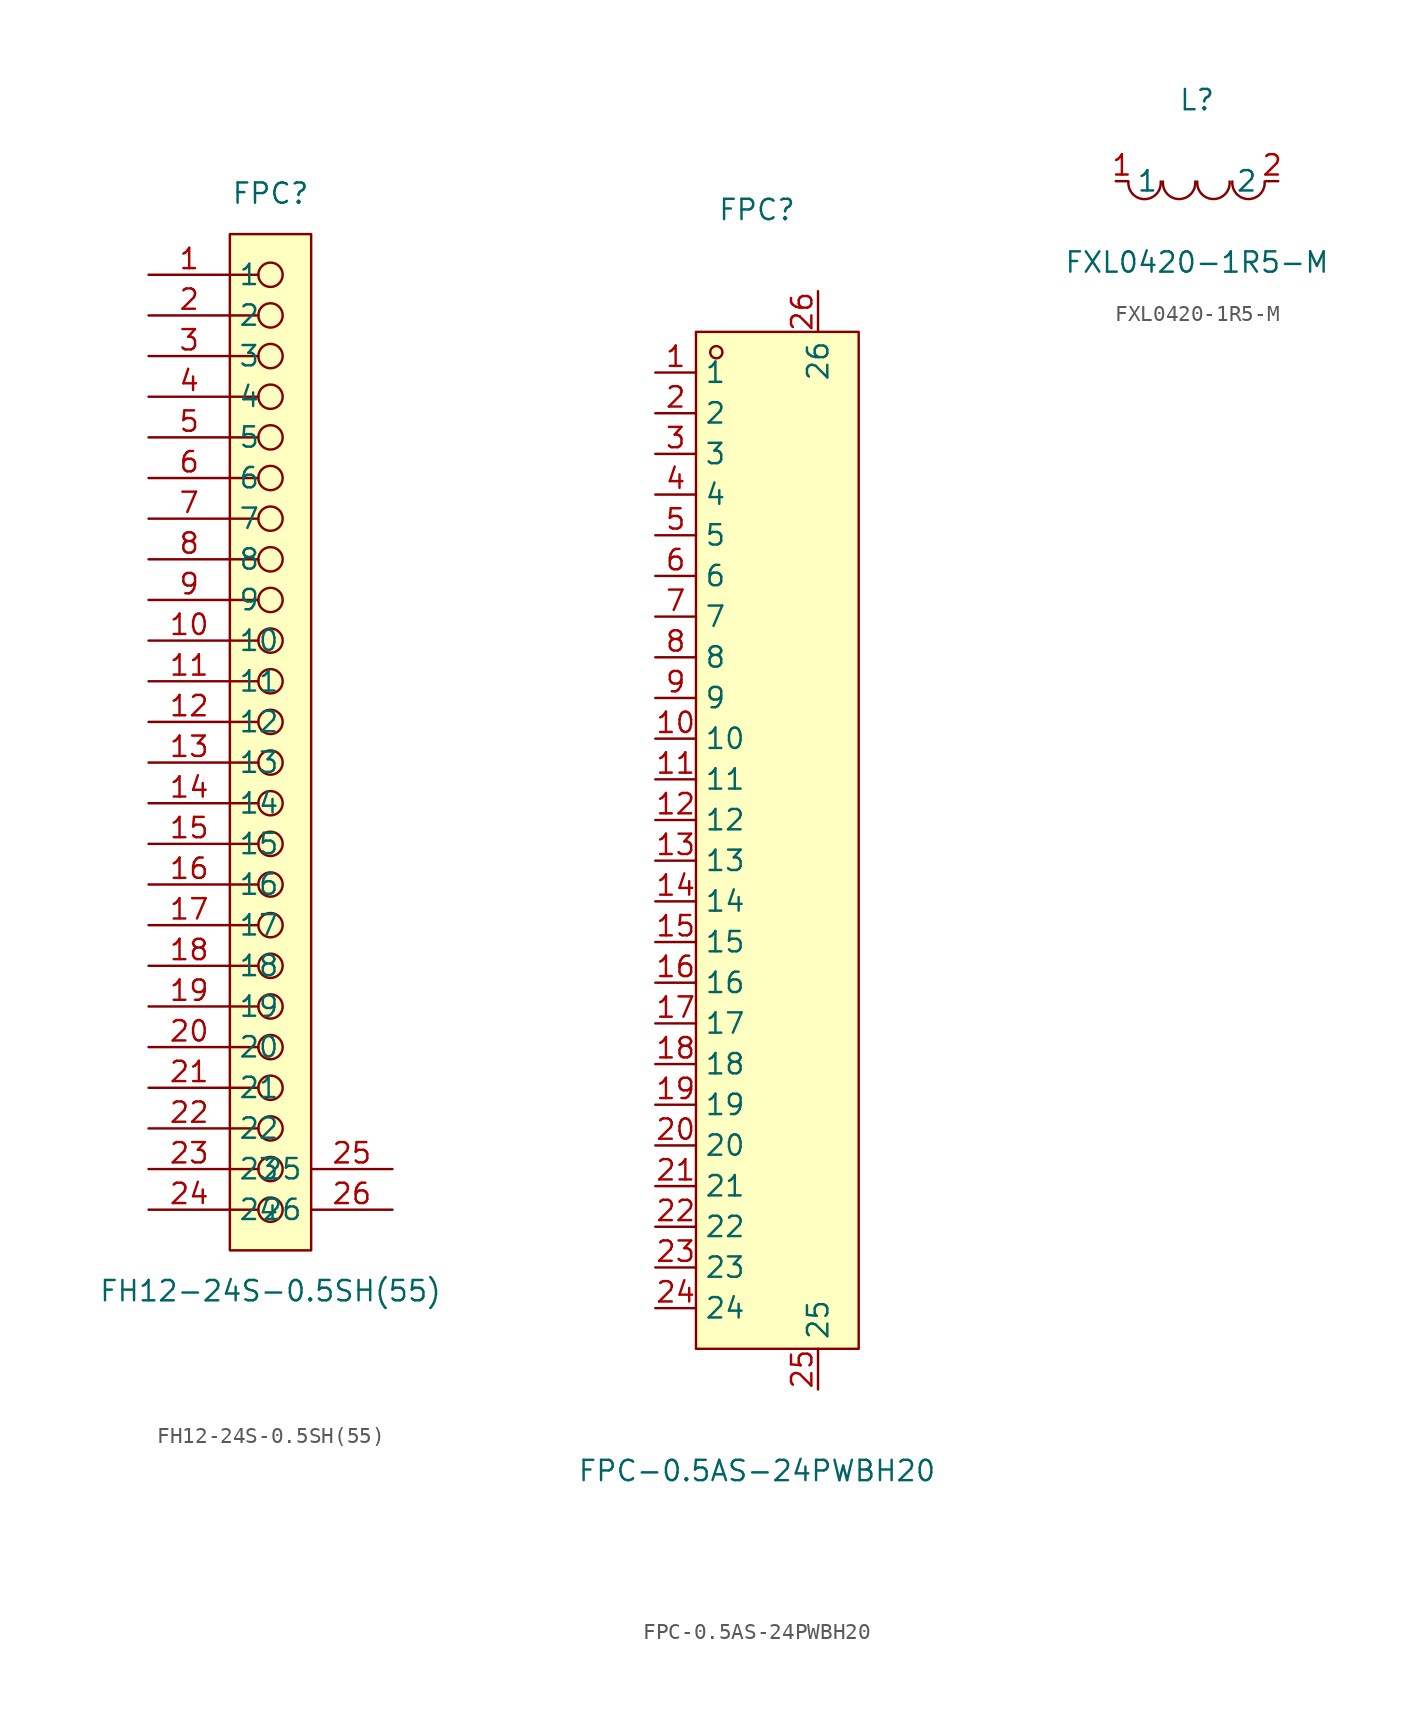
<source format=kicad_sym>
(kicad_symbol_lib
  (version 20241209)
  (generator "kicad_symbol_editor")
  (generator_version "9.0")
  (symbol "FH12-24S-0.5SH(55)"
    (property "Reference" "FPC"
      (at 0 34.29 0)
      (effects (font (size 1.27 1.27))))
    (property "Value" "FH12-24S-0.5SH(55)"
      (at 0 -34.29 0)
      (effects (font (size 1.27 1.27))))
    (symbol "FH12-24S-0.5SH(55)_0_1"
      (polyline (pts (xy -2.54 31.75) (xy 2.54 31.75) (xy 2.54 -31.75) (xy 0 -31.75) (xy -2.54 -31.75) (xy -2.54 31.75)) (stroke (width 0) (type default)) (fill (type background)))
      (polyline (pts (xy -2.54 29.21) (xy -0.76 29.21)) (stroke (width 0) (type default)) (fill (type none)))
      (polyline (pts (xy -2.54 26.67) (xy -0.76 26.67)) (stroke (width 0) (type default)) (fill (type none)))
      (polyline (pts (xy -2.54 24.13) (xy -0.76 24.13)) (stroke (width 0) (type default)) (fill (type none)))
      (polyline (pts (xy -2.54 21.59) (xy -0.76 21.59)) (stroke (width 0) (type default)) (fill (type none)))
      (polyline (pts (xy -2.54 19.05) (xy -0.76 19.05)) (stroke (width 0) (type default)) (fill (type none)))
      (polyline (pts (xy -2.54 16.51) (xy -0.76 16.51)) (stroke (width 0) (type default)) (fill (type none)))
      (polyline (pts (xy -2.54 13.97) (xy -0.76 13.97)) (stroke (width 0) (type default)) (fill (type none)))
      (polyline (pts (xy -2.54 11.43) (xy -0.76 11.43)) (stroke (width 0) (type default)) (fill (type none)))
      (polyline (pts (xy -2.54 8.89) (xy -0.76 8.89)) (stroke (width 0) (type default)) (fill (type none)))
      (polyline (pts (xy -2.54 6.35) (xy -0.76 6.35)) (stroke (width 0) (type default)) (fill (type none)))
      (polyline (pts (xy -2.54 3.81) (xy -0.76 3.81)) (stroke (width 0) (type default)) (fill (type none)))
      (polyline (pts (xy -2.54 1.27) (xy -0.76 1.27)) (stroke (width 0) (type default)) (fill (type none)))
      (polyline (pts (xy -2.54 -1.27) (xy -0.76 -1.27)) (stroke (width 0) (type default)) (fill (type none)))
      (polyline (pts (xy -2.54 -3.81) (xy -0.76 -3.81)) (stroke (width 0) (type default)) (fill (type none)))
      (polyline (pts (xy -2.54 -6.35) (xy -0.76 -6.35)) (stroke (width 0) (type default)) (fill (type none)))
      (polyline (pts (xy -2.54 -8.89) (xy -0.76 -8.89)) (stroke (width 0) (type default)) (fill (type none)))
      (polyline (pts (xy -2.54 -11.43) (xy -0.76 -11.43)) (stroke (width 0) (type default)) (fill (type none)))
      (polyline (pts (xy -2.54 -13.97) (xy -0.76 -13.97)) (stroke (width 0) (type default)) (fill (type none)))
      (polyline (pts (xy -2.54 -16.51) (xy -0.76 -16.51)) (stroke (width 0) (type default)) (fill (type none)))
      (polyline (pts (xy -2.54 -19.05) (xy -0.76 -19.05)) (stroke (width 0) (type default)) (fill (type none)))
      (polyline (pts (xy -2.54 -21.59) (xy -0.76 -21.59)) (stroke (width 0) (type default)) (fill (type none)))
      (polyline (pts (xy -2.54 -24.13) (xy -0.76 -24.13)) (stroke (width 0) (type default)) (fill (type none)))
      (polyline (pts (xy -2.54 -26.67) (xy -0.76 -26.67)) (stroke (width 0) (type default)) (fill (type none)))
      (polyline (pts (xy -2.54 -29.21) (xy -0.76 -29.21)) (stroke (width 0) (type default)) (fill (type none)))
      (circle (center 0 29.21) (radius 0.76) (stroke (width 0) (type default)) (fill (type none)))
      (circle (center 0 26.67) (radius 0.76) (stroke (width 0) (type default)) (fill (type none)))
      (circle (center 0 24.13) (radius 0.76) (stroke (width 0) (type default)) (fill (type none)))
      (circle (center 0 21.59) (radius 0.76) (stroke (width 0) (type default)) (fill (type none)))
      (circle (center 0 19.05) (radius 0.76) (stroke (width 0) (type default)) (fill (type none)))
      (circle (center 0 16.51) (radius 0.76) (stroke (width 0) (type default)) (fill (type none)))
      (circle (center 0 13.97) (radius 0.76) (stroke (width 0) (type default)) (fill (type none)))
      (circle (center 0 11.43) (radius 0.76) (stroke (width 0) (type default)) (fill (type none)))
      (circle (center 0 8.89) (radius 0.76) (stroke (width 0) (type default)) (fill (type none)))
      (circle (center 0 6.35) (radius 0.76) (stroke (width 0) (type default)) (fill (type none)))
      (circle (center 0 3.81) (radius 0.76) (stroke (width 0) (type default)) (fill (type none)))
      (circle (center 0 1.27) (radius 0.76) (stroke (width 0) (type default)) (fill (type none)))
      (circle (center 0 -1.27) (radius 0.76) (stroke (width 0) (type default)) (fill (type none)))
      (circle (center 0 -3.81) (radius 0.76) (stroke (width 0) (type default)) (fill (type none)))
      (circle (center 0 -6.35) (radius 0.76) (stroke (width 0) (type default)) (fill (type none)))
      (circle (center 0 -8.89) (radius 0.76) (stroke (width 0) (type default)) (fill (type none)))
      (circle (center 0 -11.43) (radius 0.76) (stroke (width 0) (type default)) (fill (type none)))
      (circle (center 0 -13.97) (radius 0.76) (stroke (width 0) (type default)) (fill (type none)))
      (circle (center 0 -16.51) (radius 0.76) (stroke (width 0) (type default)) (fill (type none)))
      (circle (center 0 -19.05) (radius 0.76) (stroke (width 0) (type default)) (fill (type none)))
      (circle (center 0 -21.59) (radius 0.76) (stroke (width 0) (type default)) (fill (type none)))
      (circle (center 0 -24.13) (radius 0.76) (stroke (width 0) (type default)) (fill (type none)))
      (circle (center 0 -26.67) (radius 0.76) (stroke (width 0) (type default)) (fill (type none)))
      (circle (center 0 -29.21) (radius 0.76) (stroke (width 0) (type default)) (fill (type none)))
      (pin unspecified line (at -7.62 29.21 0) (length 5.08) (name "1" (effects (font (size 1.27 1.27)))) (number "1" (effects (font (size 1.27 1.27)))))
      (pin unspecified line (at -7.62 26.67 0) (length 5.08) (name "2" (effects (font (size 1.27 1.27)))) (number "2" (effects (font (size 1.27 1.27)))))
      (pin unspecified line (at -7.62 24.13 0) (length 5.08) (name "3" (effects (font (size 1.27 1.27)))) (number "3" (effects (font (size 1.27 1.27)))))
      (pin unspecified line (at -7.62 21.59 0) (length 5.08) (name "4" (effects (font (size 1.27 1.27)))) (number "4" (effects (font (size 1.27 1.27)))))
      (pin unspecified line (at -7.62 19.05 0) (length 5.08) (name "5" (effects (font (size 1.27 1.27)))) (number "5" (effects (font (size 1.27 1.27)))))
      (pin unspecified line (at -7.62 16.51 0) (length 5.08) (name "6" (effects (font (size 1.27 1.27)))) (number "6" (effects (font (size 1.27 1.27)))))
      (pin unspecified line (at -7.62 13.97 0) (length 5.08) (name "7" (effects (font (size 1.27 1.27)))) (number "7" (effects (font (size 1.27 1.27)))))
      (pin unspecified line (at -7.62 11.43 0) (length 5.08) (name "8" (effects (font (size 1.27 1.27)))) (number "8" (effects (font (size 1.27 1.27)))))
      (pin unspecified line (at -7.62 8.89 0) (length 5.08) (name "9" (effects (font (size 1.27 1.27)))) (number "9" (effects (font (size 1.27 1.27)))))
      (pin unspecified line (at -7.62 6.35 0) (length 5.08) (name "10" (effects (font (size 1.27 1.27)))) (number "10" (effects (font (size 1.27 1.27)))))
      (pin unspecified line (at -7.62 3.81 0) (length 5.08) (name "11" (effects (font (size 1.27 1.27)))) (number "11" (effects (font (size 1.27 1.27)))))
      (pin unspecified line (at -7.62 1.27 0) (length 5.08) (name "12" (effects (font (size 1.27 1.27)))) (number "12" (effects (font (size 1.27 1.27)))))
      (pin unspecified line (at -7.62 -1.27 0) (length 5.08) (name "13" (effects (font (size 1.27 1.27)))) (number "13" (effects (font (size 1.27 1.27)))))
      (pin unspecified line (at -7.62 -3.81 0) (length 5.08) (name "14" (effects (font (size 1.27 1.27)))) (number "14" (effects (font (size 1.27 1.27)))))
      (pin unspecified line (at -7.62 -6.35 0) (length 5.08) (name "15" (effects (font (size 1.27 1.27)))) (number "15" (effects (font (size 1.27 1.27)))))
      (pin unspecified line (at -7.62 -8.89 0) (length 5.08) (name "16" (effects (font (size 1.27 1.27)))) (number "16" (effects (font (size 1.27 1.27)))))
      (pin unspecified line (at -7.62 -11.43 0) (length 5.08) (name "17" (effects (font (size 1.27 1.27)))) (number "17" (effects (font (size 1.27 1.27)))))
      (pin unspecified line (at -7.62 -13.97 0) (length 5.08) (name "18" (effects (font (size 1.27 1.27)))) (number "18" (effects (font (size 1.27 1.27)))))
      (pin unspecified line (at -7.62 -16.51 0) (length 5.08) (name "19" (effects (font (size 1.27 1.27)))) (number "19" (effects (font (size 1.27 1.27)))))
      (pin unspecified line (at -7.62 -19.05 0) (length 5.08) (name "20" (effects (font (size 1.27 1.27)))) (number "20" (effects (font (size 1.27 1.27)))))
      (pin unspecified line (at -7.62 -21.59 0) (length 5.08) (name "21" (effects (font (size 1.27 1.27)))) (number "21" (effects (font (size 1.27 1.27)))))
      (pin unspecified line (at -7.62 -24.13 0) (length 5.08) (name "22" (effects (font (size 1.27 1.27)))) (number "22" (effects (font (size 1.27 1.27)))))
      (pin unspecified line (at -7.62 -26.67 0) (length 5.08) (name "23" (effects (font (size 1.27 1.27)))) (number "23" (effects (font (size 1.27 1.27)))))
      (pin unspecified line (at -7.62 -29.21 0) (length 5.08) (name "24" (effects (font (size 1.27 1.27)))) (number "24" (effects (font (size 1.27 1.27)))))
      (pin unspecified line (at 7.62 -26.67 180) (length 5.08) (name "25" (effects (font (size 1.27 1.27)))) (number "25" (effects (font (size 1.27 1.27)))))
      (pin unspecified line (at 7.62 -29.21 180) (length 5.08) (name "26" (effects (font (size 1.27 1.27)))) (number "26" (effects (font (size 1.27 1.27)))))))
  (symbol "FPC-0.5AS-24PWBH20"
    (property "Reference" "FPC"
      (at 0 39.37 0)
      (effects (font (size 1.27 1.27))))
    (property "Value" "FPC-0.5AS-24PWBH20"
      (at 0 -39.37 0)
      (effects (font (size 1.27 1.27))))
    (symbol "FPC-0.5AS-24PWBH20_0_1"
      (rectangle (start -3.81 31.75) (end 6.35 -31.75) (stroke (width 0) (type default)) (fill (type background)))
      (circle (center -2.54 30.48) (radius 0.38) (stroke (width 0) (type default)) (fill (type none)))
      (pin unspecified line (at -6.35 29.21 0) (length 2.54) (name "1" (effects (font (size 1.27 1.27)))) (number "1" (effects (font (size 1.27 1.27)))))
      (pin unspecified line (at -6.35 26.67 0) (length 2.54) (name "2" (effects (font (size 1.27 1.27)))) (number "2" (effects (font (size 1.27 1.27)))))
      (pin unspecified line (at -6.35 24.13 0) (length 2.54) (name "3" (effects (font (size 1.27 1.27)))) (number "3" (effects (font (size 1.27 1.27)))))
      (pin unspecified line (at -6.35 21.59 0) (length 2.54) (name "4" (effects (font (size 1.27 1.27)))) (number "4" (effects (font (size 1.27 1.27)))))
      (pin unspecified line (at -6.35 19.05 0) (length 2.54) (name "5" (effects (font (size 1.27 1.27)))) (number "5" (effects (font (size 1.27 1.27)))))
      (pin unspecified line (at -6.35 16.51 0) (length 2.54) (name "6" (effects (font (size 1.27 1.27)))) (number "6" (effects (font (size 1.27 1.27)))))
      (pin unspecified line (at -6.35 13.97 0) (length 2.54) (name "7" (effects (font (size 1.27 1.27)))) (number "7" (effects (font (size 1.27 1.27)))))
      (pin unspecified line (at -6.35 11.43 0) (length 2.54) (name "8" (effects (font (size 1.27 1.27)))) (number "8" (effects (font (size 1.27 1.27)))))
      (pin unspecified line (at -6.35 8.89 0) (length 2.54) (name "9" (effects (font (size 1.27 1.27)))) (number "9" (effects (font (size 1.27 1.27)))))
      (pin unspecified line (at -6.35 6.35 0) (length 2.54) (name "10" (effects (font (size 1.27 1.27)))) (number "10" (effects (font (size 1.27 1.27)))))
      (pin unspecified line (at -6.35 3.81 0) (length 2.54) (name "11" (effects (font (size 1.27 1.27)))) (number "11" (effects (font (size 1.27 1.27)))))
      (pin unspecified line (at -6.35 1.27 0) (length 2.54) (name "12" (effects (font (size 1.27 1.27)))) (number "12" (effects (font (size 1.27 1.27)))))
      (pin unspecified line (at -6.35 -1.27 0) (length 2.54) (name "13" (effects (font (size 1.27 1.27)))) (number "13" (effects (font (size 1.27 1.27)))))
      (pin unspecified line (at -6.35 -3.81 0) (length 2.54) (name "14" (effects (font (size 1.27 1.27)))) (number "14" (effects (font (size 1.27 1.27)))))
      (pin unspecified line (at -6.35 -6.35 0) (length 2.54) (name "15" (effects (font (size 1.27 1.27)))) (number "15" (effects (font (size 1.27 1.27)))))
      (pin unspecified line (at -6.35 -8.89 0) (length 2.54) (name "16" (effects (font (size 1.27 1.27)))) (number "16" (effects (font (size 1.27 1.27)))))
      (pin unspecified line (at -6.35 -11.43 0) (length 2.54) (name "17" (effects (font (size 1.27 1.27)))) (number "17" (effects (font (size 1.27 1.27)))))
      (pin unspecified line (at -6.35 -13.97 0) (length 2.54) (name "18" (effects (font (size 1.27 1.27)))) (number "18" (effects (font (size 1.27 1.27)))))
      (pin unspecified line (at -6.35 -16.51 0) (length 2.54) (name "19" (effects (font (size 1.27 1.27)))) (number "19" (effects (font (size 1.27 1.27)))))
      (pin unspecified line (at -6.35 -19.05 0) (length 2.54) (name "20" (effects (font (size 1.27 1.27)))) (number "20" (effects (font (size 1.27 1.27)))))
      (pin unspecified line (at -6.35 -21.59 0) (length 2.54) (name "21" (effects (font (size 1.27 1.27)))) (number "21" (effects (font (size 1.27 1.27)))))
      (pin unspecified line (at -6.35 -24.13 0) (length 2.54) (name "22" (effects (font (size 1.27 1.27)))) (number "22" (effects (font (size 1.27 1.27)))))
      (pin unspecified line (at -6.35 -26.67 0) (length 2.54) (name "23" (effects (font (size 1.27 1.27)))) (number "23" (effects (font (size 1.27 1.27)))))
      (pin unspecified line (at -6.35 -29.21 0) (length 2.54) (name "24" (effects (font (size 1.27 1.27)))) (number "24" (effects (font (size 1.27 1.27)))))
      (pin unspecified line (at 3.81 34.29 270) (length 2.54) (name "26" (effects (font (size 1.27 1.27)))) (number "26" (effects (font (size 1.27 1.27)))))
      (pin unspecified line (at 3.81 -34.29 90) (length 2.54) (name "25" (effects (font (size 1.27 1.27)))) (number "25" (effects (font (size 1.27 1.27)))))))
  (symbol "FXL0420-1R5-M"
    (property "Reference" "L"
      (at 0 5.08 0)
      (effects (font (size 1.27 1.27))))
    (property "Value" "FXL0420-1R5-M"
      (at 0 -5.08 0)
      (effects (font (size 1.27 1.27))))
    (symbol "FXL0420-1R5-M_0_1"
      (arc (start -2.27 -0.02) (mid -3.28 -1.1255) (end -4.29 -0.02) (stroke (width 0) (type default)) (fill (type none)))
      (arc (start -0.11 -0.02) (mid -1.12 -1.1204) (end -2.13 -0.02) (stroke (width 0) (type default)) (fill (type none)))
      (arc (start 2.04 -0.02) (mid 1.03 -1.1204) (end 0.02 -0.02) (stroke (width 0) (type default)) (fill (type none)))
      (arc (start 4.23 -0.02) (mid 3.22 -1.1204) (end 2.21 -0.02) (stroke (width 0) (type default)) (fill (type none)))
      (pin unspecified line (at -5.08 0 0) (length 0.762) (name "1" (effects (font (size 1.27 1.27)))) (number "1" (effects (font (size 1.27 1.27)))))
      (pin unspecified line (at 5.08 0 180) (length 0.762) (name "2" (effects (font (size 1.27 1.27)))) (number "2" (effects (font (size 1.27 1.27))))))))
</source>
